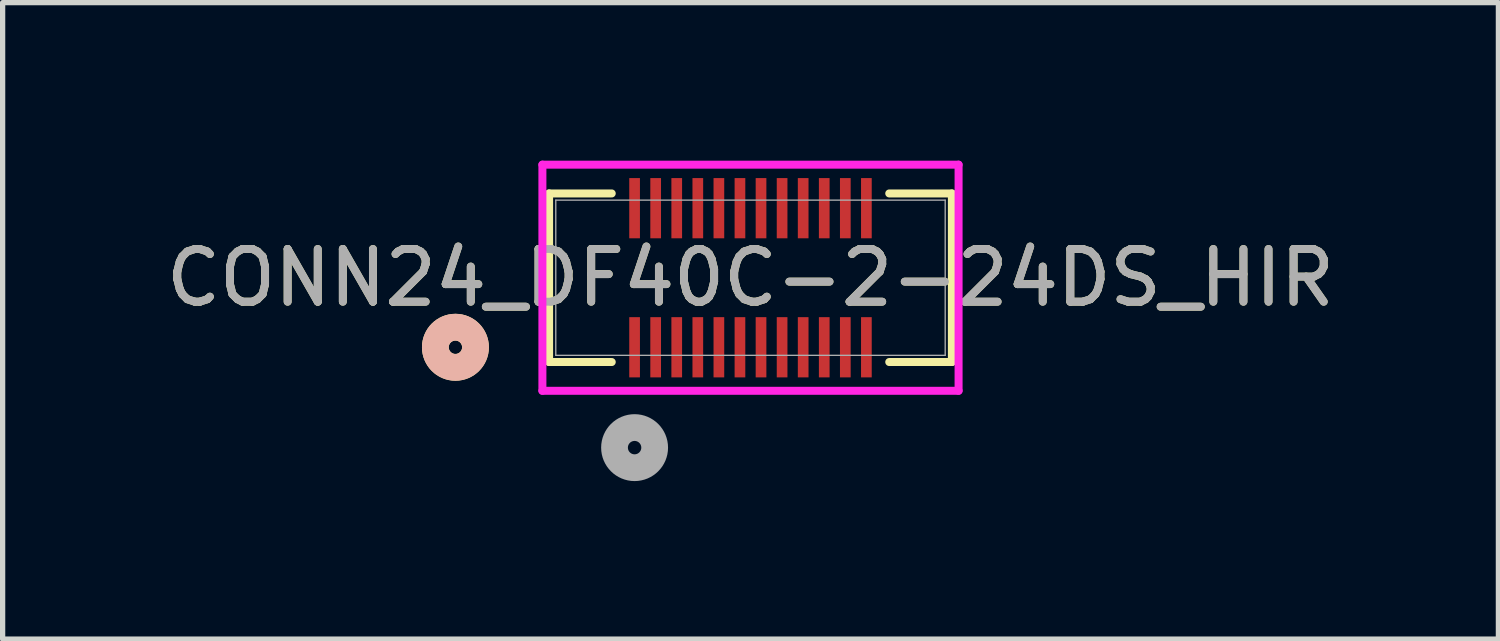
<source format=kicad_pcb>
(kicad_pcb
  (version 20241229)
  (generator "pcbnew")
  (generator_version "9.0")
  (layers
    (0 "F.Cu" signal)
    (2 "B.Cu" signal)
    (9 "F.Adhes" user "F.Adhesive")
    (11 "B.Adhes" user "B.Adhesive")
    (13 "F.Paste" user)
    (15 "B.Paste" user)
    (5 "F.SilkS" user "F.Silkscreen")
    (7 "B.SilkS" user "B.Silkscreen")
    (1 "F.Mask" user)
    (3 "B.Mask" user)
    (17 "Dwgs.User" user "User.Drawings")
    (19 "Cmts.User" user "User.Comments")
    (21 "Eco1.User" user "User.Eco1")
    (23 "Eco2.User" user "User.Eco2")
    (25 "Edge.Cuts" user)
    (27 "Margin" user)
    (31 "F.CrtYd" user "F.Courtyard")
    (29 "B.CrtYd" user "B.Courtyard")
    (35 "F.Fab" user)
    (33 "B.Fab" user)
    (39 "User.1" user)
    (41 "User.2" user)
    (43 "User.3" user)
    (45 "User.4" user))
  (footprint "CONN24_DF40C-2-24DS_HIR"
    (layer "F.Cu")
    (at 11.196 2.222)
    (property "Reference" "CONN24_DF40C-2-24DS_HIR" (at 0 0 0) (unlocked yes) (layer "F.SilkS") (effects (font (size 1 1) (thickness 0.15))))
    (attr smd)
    (fp_line (start -3.823 -1.6) (end -3.823 1.6) (stroke (width 0.152) (type solid)) (layer "F.SilkS"))
    (fp_line (start -3.823 1.6) (end -2.634 1.6) (stroke (width 0.152) (type solid)) (layer "F.SilkS"))
    (fp_line (start -2.634 -1.6) (end -3.823 -1.6) (stroke (width 0.152) (type solid)) (layer "F.SilkS"))
    (fp_line (start 2.634 1.6) (end 3.823 1.6) (stroke (width 0.152) (type solid)) (layer "F.SilkS"))
    (fp_line (start 3.823 -1.6) (end 2.634 -1.6) (stroke (width 0.152) (type solid)) (layer "F.SilkS"))
    (fp_line (start 3.823 1.6) (end 3.823 -1.6) (stroke (width 0.152) (type solid)) (layer "F.SilkS"))
    (fp_circle (center -5.601 1.32) (end -5.22 1.32) (stroke (width 0.508) (type solid)) (fill no) (layer "F.SilkS"))
    (fp_circle (center -5.601 1.32) (end -5.22 1.32) (stroke (width 0.508) (type solid)) (fill no) (layer "B.SilkS"))
    (fp_line (start -3.95 -2.146) (end -3.95 2.146) (stroke (width 0.152) (type solid)) (layer "F.CrtYd"))
    (fp_line (start -3.95 2.146) (end 3.95 2.146) (stroke (width 0.152) (type solid)) (layer "F.CrtYd"))
    (fp_line (start 3.95 -2.146) (end -3.95 -2.146) (stroke (width 0.152) (type solid)) (layer "F.CrtYd"))
    (fp_line (start 3.95 2.146) (end 3.95 -2.146) (stroke (width 0.152) (type solid)) (layer "F.CrtYd"))
    (fp_line (start -3.696 -1.473) (end -3.696 1.473) (stroke (width 0.025) (type solid)) (layer "F.Fab"))
    (fp_line (start -3.696 1.473) (end 3.696 1.473) (stroke (width 0.025) (type solid)) (layer "F.Fab"))
    (fp_line (start 3.696 -1.473) (end -3.696 -1.473) (stroke (width 0.025) (type solid)) (layer "F.Fab"))
    (fp_line (start 3.696 1.473) (end 3.696 -1.473) (stroke (width 0.025) (type solid)) (layer "F.Fab"))
    (fp_circle (center -2.2 3.225) (end -1.819 3.225) (stroke (width 0.508) (type solid)) (fill no) (layer "F.Fab"))
    (fp_text user "${REFERENCE}" (at 0 0 0) (unlocked yes) (layer "F.Fab") (effects (font (size 1 1) (thickness 0.15))))
    (pad "1" smd rect (at -2.2 1.32) (size 0.203 1.143) (layers "F.Cu" "F.Mask" "F.Paste"))
    (pad "2" smd rect (at -1.8 1.32) (size 0.203 1.143) (layers "F.Cu" "F.Mask" "F.Paste"))
    (pad "3" smd rect (at -1.4 1.32) (size 0.203 1.143) (layers "F.Cu" "F.Mask" "F.Paste"))
    (pad "4" smd rect (at -1 1.32) (size 0.203 1.143) (layers "F.Cu" "F.Mask" "F.Paste"))
    (pad "5" smd rect (at -0.6 1.32) (size 0.203 1.143) (layers "F.Cu" "F.Mask" "F.Paste"))
    (pad "6" smd rect (at -0.2 1.32) (size 0.203 1.143) (layers "F.Cu" "F.Mask" "F.Paste"))
    (pad "7" smd rect (at 0.2 1.32) (size 0.203 1.143) (layers "F.Cu" "F.Mask" "F.Paste"))
    (pad "8" smd rect (at 0.6 1.32) (size 0.203 1.143) (layers "F.Cu" "F.Mask" "F.Paste"))
    (pad "9" smd rect (at 1 1.32) (size 0.203 1.143) (layers "F.Cu" "F.Mask" "F.Paste"))
    (pad "10" smd rect (at 1.4 1.32) (size 0.203 1.143) (layers "F.Cu" "F.Mask" "F.Paste"))
    (pad "11" smd rect (at 1.8 1.32) (size 0.203 1.143) (layers "F.Cu" "F.Mask" "F.Paste"))
    (pad "12" smd rect (at 2.2 1.32) (size 0.203 1.143) (layers "F.Cu" "F.Mask" "F.Paste"))
    (pad "13" smd rect (at -2.2 -1.32) (size 0.203 1.143) (layers "F.Cu" "F.Mask" "F.Paste"))
    (pad "14" smd rect (at -1.8 -1.32) (size 0.203 1.143) (layers "F.Cu" "F.Mask" "F.Paste"))
    (pad "15" smd rect (at -1.4 -1.32) (size 0.203 1.143) (layers "F.Cu" "F.Mask" "F.Paste"))
    (pad "16" smd rect (at -1 -1.32) (size 0.203 1.143) (layers "F.Cu" "F.Mask" "F.Paste"))
    (pad "17" smd rect (at -0.6 -1.32) (size 0.203 1.143) (layers "F.Cu" "F.Mask" "F.Paste"))
    (pad "18" smd rect (at -0.2 -1.32) (size 0.203 1.143) (layers "F.Cu" "F.Mask" "F.Paste"))
    (pad "19" smd rect (at 0.2 -1.32) (size 0.203 1.143) (layers "F.Cu" "F.Mask" "F.Paste"))
    (pad "20" smd rect (at 0.6 -1.32) (size 0.203 1.143) (layers "F.Cu" "F.Mask" "F.Paste"))
    (pad "21" smd rect (at 1 -1.32) (size 0.203 1.143) (layers "F.Cu" "F.Mask" "F.Paste"))
    (pad "22" smd rect (at 1.4 -1.32) (size 0.203 1.143) (layers "F.Cu" "F.Mask" "F.Paste"))
    (pad "23" smd rect (at 1.8 -1.32) (size 0.203 1.143) (layers "F.Cu" "F.Mask" "F.Paste"))
    (pad "24" smd rect (at 2.2 -1.32) (size 0.203 1.143) (layers "F.Cu" "F.Mask" "F.Paste")))
  (gr_rect
    (start -3 -3)
    (end 25.393 9.082)
    (stroke (width 0.1) (type default))
    (fill no)
    (layer "Edge.Cuts")))
</source>
